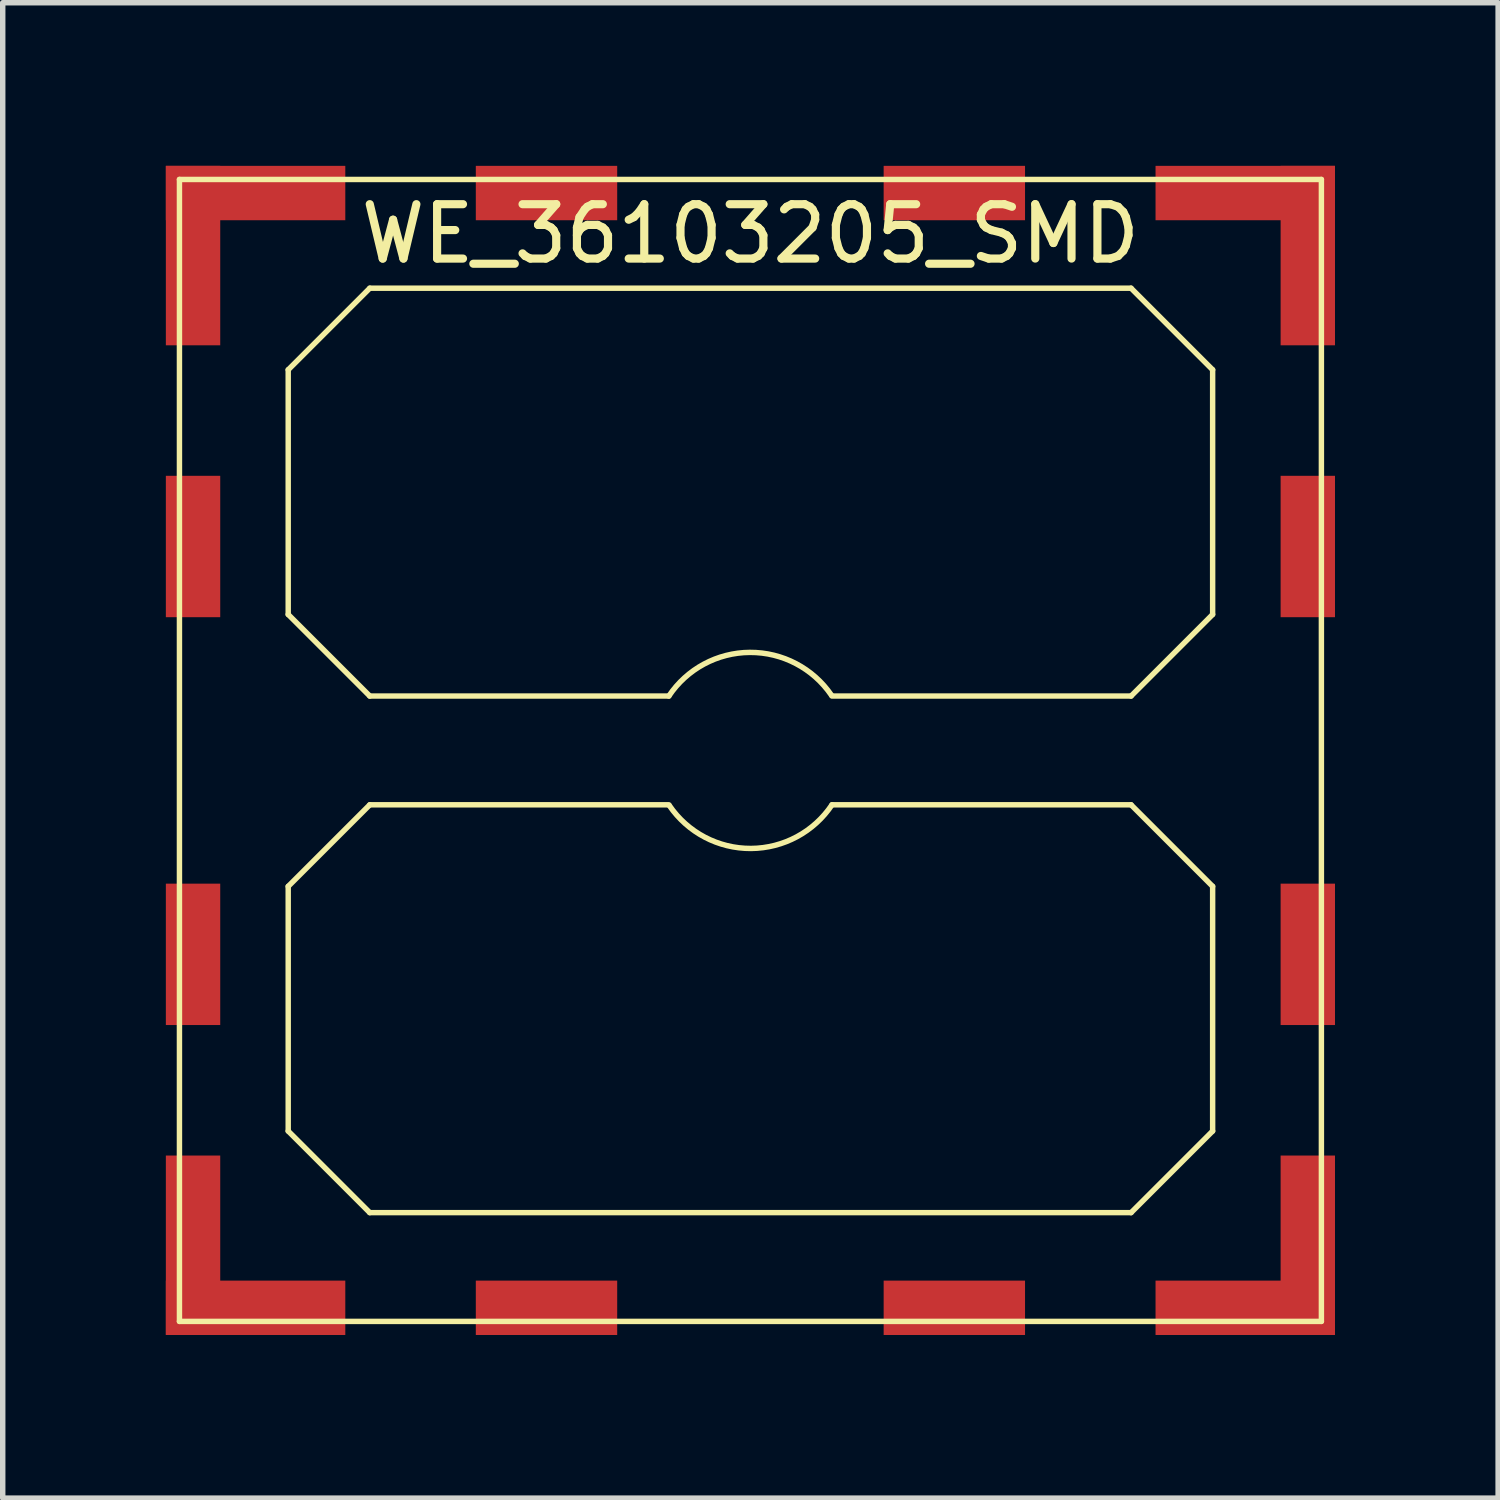
<source format=kicad_pcb>
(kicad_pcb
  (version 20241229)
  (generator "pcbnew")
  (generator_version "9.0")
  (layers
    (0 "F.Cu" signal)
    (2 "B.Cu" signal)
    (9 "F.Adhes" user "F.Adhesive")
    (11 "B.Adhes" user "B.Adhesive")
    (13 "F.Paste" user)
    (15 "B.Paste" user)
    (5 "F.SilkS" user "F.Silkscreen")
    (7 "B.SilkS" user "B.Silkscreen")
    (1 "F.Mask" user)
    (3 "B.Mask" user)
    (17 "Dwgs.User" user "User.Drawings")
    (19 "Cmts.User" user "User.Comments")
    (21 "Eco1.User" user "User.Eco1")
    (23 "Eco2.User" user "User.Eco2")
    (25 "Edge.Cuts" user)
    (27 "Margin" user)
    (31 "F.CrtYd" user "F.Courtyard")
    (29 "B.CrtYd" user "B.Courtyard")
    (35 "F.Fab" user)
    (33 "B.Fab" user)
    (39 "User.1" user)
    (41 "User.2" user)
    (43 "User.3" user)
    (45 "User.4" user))
  (footprint "WE_36103205_SMD"
    (layer "F.Cu")
    (at 10.75 10.75)
    (property "Reference" "WE_36103205_SMD" (at 0 -9.5 0) (layer "F.SilkS") (effects (font (size 1 1) (thickness 0.15))))
    (attr through_hole)
    (fp_line (start -10.5 -10.5) (end 10.5 -10.5) (stroke (width 0.1) (type solid)) (layer "F.SilkS"))
    (fp_line (start -10.5 10.5) (end -10.5 -10.5) (stroke (width 0.1) (type solid)) (layer "F.SilkS"))
    (fp_line (start -8.5 -2.5) (end -8.5 -7) (stroke (width 0.1) (type solid)) (layer "F.SilkS"))
    (fp_line (start -8.5 2.5) (end -8.5 7) (stroke (width 0.1) (type solid)) (layer "F.SilkS"))
    (fp_line (start -8.5 2.5) (end -7 1) (stroke (width 0.1) (type solid)) (layer "F.SilkS"))
    (fp_line (start -7 -8.5) (end -8.5 -7) (stroke (width 0.1) (type solid)) (layer "F.SilkS"))
    (fp_line (start -7 -1) (end -8.5 -2.5) (stroke (width 0.1) (type solid)) (layer "F.SilkS"))
    (fp_line (start -7 -1) (end -1.5 -1) (stroke (width 0.1) (type solid)) (layer "F.SilkS"))
    (fp_line (start -7 1) (end -1.5 1) (stroke (width 0.1) (type solid)) (layer "F.SilkS"))
    (fp_line (start -7 8.5) (end -8.5 7) (stroke (width 0.1) (type solid)) (layer "F.SilkS"))
    (fp_line (start 7 -8.5) (end -7 -8.5) (stroke (width 0.1) (type solid)) (layer "F.SilkS"))
    (fp_line (start 7 -8.5) (end 8.5 -7) (stroke (width 0.1) (type solid)) (layer "F.SilkS"))
    (fp_line (start 7 -1) (end 1.5 -1) (stroke (width 0.1) (type solid)) (layer "F.SilkS"))
    (fp_line (start 7 1) (end 1.5 1) (stroke (width 0.1) (type solid)) (layer "F.SilkS"))
    (fp_line (start 7 1) (end 8.5 2.5) (stroke (width 0.1) (type solid)) (layer "F.SilkS"))
    (fp_line (start 7 8.5) (end -7 8.5) (stroke (width 0.1) (type solid)) (layer "F.SilkS"))
    (fp_line (start 8.5 -7) (end 8.5 -2.5) (stroke (width 0.1) (type solid)) (layer "F.SilkS"))
    (fp_line (start 8.5 -2.5) (end 7 -1) (stroke (width 0.1) (type solid)) (layer "F.SilkS"))
    (fp_line (start 8.5 2.5) (end 8.5 7) (stroke (width 0.1) (type solid)) (layer "F.SilkS"))
    (fp_line (start 8.5 7) (end 7 8.5) (stroke (width 0.1) (type solid)) (layer "F.SilkS"))
    (fp_line (start 10.5 -10.5) (end 10.5 10.5) (stroke (width 0.1) (type solid)) (layer "F.SilkS"))
    (fp_line (start 10.5 10.5) (end -10.5 10.5) (stroke (width 0.1) (type solid)) (layer "F.SilkS"))
    (fp_arc (start -1.5 -1) (mid -0.009752 -1.802749) (end 1.489094 -1.016169) (stroke (width 0.1) (type solid)) (layer "F.SilkS"))
    (fp_arc (start 1.5 1) (mid 0.009752 1.802749) (end -1.489094 1.016169) (stroke (width 0.1) (type solid)) (layer "F.SilkS"))
    (pad "1" smd rect (at -10.25 -9.1) (size 1 3.3) (layers "F.Cu" "F.Mask" "F.Paste"))
    (pad "1" smd rect (at -10.25 -3.75) (size 1 2.6) (layers "F.Cu" "F.Mask" "F.Paste"))
    (pad "1" smd rect (at -10.25 3.75) (size 1 2.6) (layers "F.Cu" "F.Mask" "F.Paste"))
    (pad "1" smd rect (at -10.25 9.1) (size 1 3.3) (layers "F.Cu" "F.Mask" "F.Paste"))
    (pad "1" smd rect (at -9.1 -10.25) (size 3.3 1) (layers "F.Cu" "F.Mask" "F.Paste"))
    (pad "1" smd rect (at -9.1 10.25) (size 3.3 1) (layers "F.Cu" "F.Mask" "F.Paste"))
    (pad "1" smd rect (at -3.75 -10.25) (size 2.6 1) (layers "F.Cu" "F.Mask" "F.Paste"))
    (pad "1" smd rect (at -3.75 10.25) (size 2.6 1) (layers "F.Cu" "F.Mask" "F.Paste"))
    (pad "1" smd rect (at 3.75 -10.25) (size 2.6 1) (layers "F.Cu" "F.Mask" "F.Paste"))
    (pad "1" smd rect (at 3.75 10.25) (size 2.6 1) (layers "F.Cu" "F.Mask" "F.Paste"))
    (pad "1" smd rect (at 9.1 -10.25) (size 3.3 1) (layers "F.Cu" "F.Mask" "F.Paste"))
    (pad "1" smd rect (at 9.1 10.25) (size 3.3 1) (layers "F.Cu" "F.Mask" "F.Paste"))
    (pad "1" smd rect (at 10.25 -9.1) (size 1 3.3) (layers "F.Cu" "F.Mask" "F.Paste"))
    (pad "1" smd rect (at 10.25 -3.75) (size 1 2.6) (layers "F.Cu" "F.Mask" "F.Paste"))
    (pad "1" smd rect (at 10.25 3.75) (size 1 2.6) (layers "F.Cu" "F.Mask" "F.Paste"))
    (pad "1" smd rect (at 10.25 9.1) (size 1 3.3) (layers "F.Cu" "F.Mask" "F.Paste")))
  (gr_rect
    (start -3 -3)
    (end 24.5 24.5)
    (stroke (width 0.1) (type default))
    (fill no)
    (layer "Edge.Cuts")))
</source>
